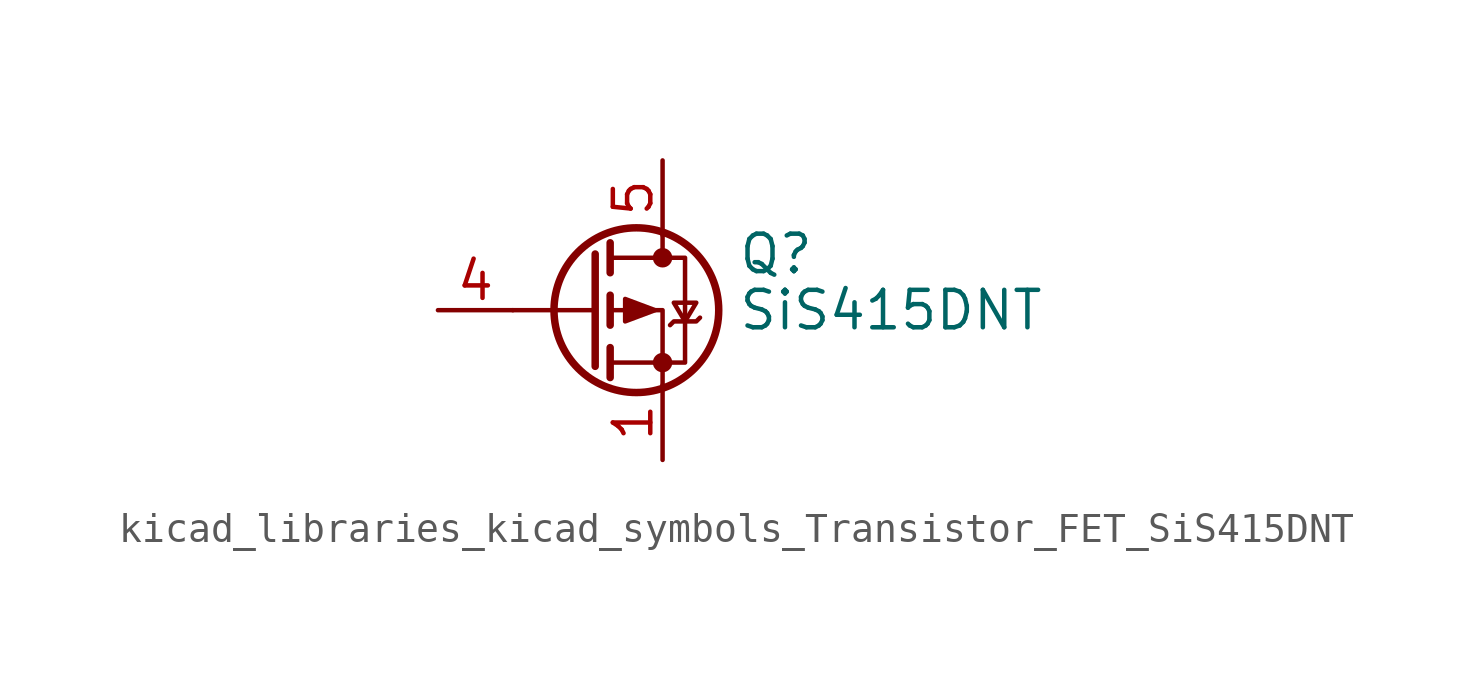
<source format=kicad_sym>
(kicad_symbol_lib
  (version 20220914)
  (generator kicad_symbol_editor)
  (symbol "kicad_libraries_kicad_symbols_Transistor_FET_SiS415DNT"
    (pin_names hide)
    (property "Reference" "Q"
      (at 5.08 1.905 0)
      (effects (font (size 1.27 1.27)) (justify left)))
    (property "Value" "SiS415DNT"
      (at 5.08 0 0)
      (effects (font (size 1.27 1.27)) (justify left)))
    (symbol "kicad_libraries_kicad_symbols_Transistor_FET_SiS415DNT_0_1"
      (polyline (pts (xy 0.254 0) (xy -2.54 0)) (stroke (width 0) (type default)) (fill (type none)))
      (polyline (pts (xy 0.254 1.905) (xy 0.254 -1.905)) (stroke (width 0.254) (type default)) (fill (type none)))
      (polyline (pts (xy 0.762 -1.27) (xy 0.762 -2.286)) (stroke (width 0.254) (type default)) (fill (type none)))
      (polyline (pts (xy 0.762 0.508) (xy 0.762 -0.508)) (stroke (width 0.254) (type default)) (fill (type none)))
      (polyline (pts (xy 0.762 2.286) (xy 0.762 1.27)) (stroke (width 0.254) (type default)) (fill (type none)))
      (polyline (pts (xy 2.54 2.54) (xy 2.54 1.778)) (stroke (width 0) (type default)) (fill (type none)))
      (polyline (pts (xy 2.54 -2.54) (xy 2.54 0) (xy 0.762 0)) (stroke (width 0) (type default)) (fill (type none)))
      (polyline (pts (xy 0.762 1.778) (xy 3.302 1.778) (xy 3.302 -1.778) (xy 0.762 -1.778)) (stroke (width 0) (type default)) (fill (type none)))
      (polyline (pts (xy 2.286 0) (xy 1.27 0.381) (xy 1.27 -0.381) (xy 2.286 0)) (stroke (width 0) (type default)) (fill (type outline)))
      (polyline (pts (xy 2.794 -0.508) (xy 2.921 -0.381) (xy 3.683 -0.381) (xy 3.81 -0.254)) (stroke (width 0) (type default)) (fill (type none)))
      (polyline (pts (xy 3.302 -0.381) (xy 2.921 0.254) (xy 3.683 0.254) (xy 3.302 -0.381)) (stroke (width 0) (type default)) (fill (type none)))
      (circle (center 1.651 0) (radius 2.794) (stroke (width 0.254) (type default)) (fill (type none)))
      (circle (center 2.54 -1.778) (radius 0.254) (stroke (width 0) (type default)) (fill (type outline)))
      (circle (center 2.54 1.778) (radius 0.254) (stroke (width 0) (type default)) (fill (type outline))))
    (symbol "kicad_libraries_kicad_symbols_Transistor_FET_SiS415DNT_1_1"
      (pin passive line (at 2.54 -5.08 90) (length 2.54) (name "S" (effects (font (size 1.27 1.27)))) (number "1" (effects (font (size 1.27 1.27)))))
      (pin passive line (at 2.54 -5.08 90) (length 2.54) hide (name "S" (effects (font (size 1.27 1.27)))) (number "2" (effects (font (size 1.27 1.27)))))
      (pin passive line (at 2.54 -5.08 90) (length 2.54) hide (name "S" (effects (font (size 1.27 1.27)))) (number "3" (effects (font (size 1.27 1.27)))))
      (pin passive line (at -5.08 0 0) (length 2.54) (name "G" (effects (font (size 1.27 1.27)))) (number "4" (effects (font (size 1.27 1.27)))))
      (pin passive line (at 2.54 5.08 270) (length 2.54) (name "D" (effects (font (size 1.27 1.27)))) (number "5" (effects (font (size 1.27 1.27))))))))
</source>
